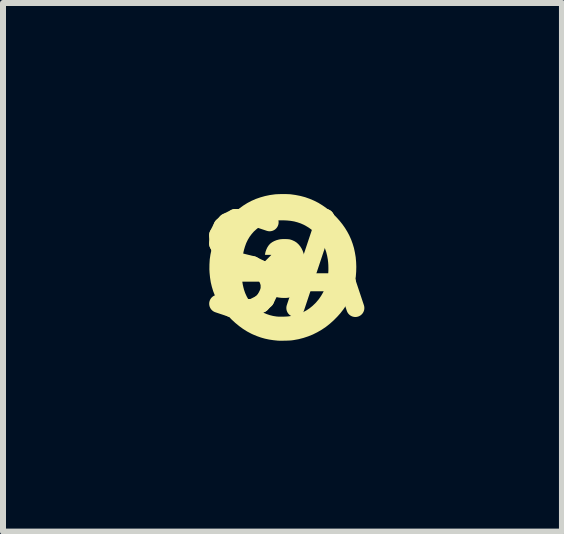
<source format=kicad_pcb>
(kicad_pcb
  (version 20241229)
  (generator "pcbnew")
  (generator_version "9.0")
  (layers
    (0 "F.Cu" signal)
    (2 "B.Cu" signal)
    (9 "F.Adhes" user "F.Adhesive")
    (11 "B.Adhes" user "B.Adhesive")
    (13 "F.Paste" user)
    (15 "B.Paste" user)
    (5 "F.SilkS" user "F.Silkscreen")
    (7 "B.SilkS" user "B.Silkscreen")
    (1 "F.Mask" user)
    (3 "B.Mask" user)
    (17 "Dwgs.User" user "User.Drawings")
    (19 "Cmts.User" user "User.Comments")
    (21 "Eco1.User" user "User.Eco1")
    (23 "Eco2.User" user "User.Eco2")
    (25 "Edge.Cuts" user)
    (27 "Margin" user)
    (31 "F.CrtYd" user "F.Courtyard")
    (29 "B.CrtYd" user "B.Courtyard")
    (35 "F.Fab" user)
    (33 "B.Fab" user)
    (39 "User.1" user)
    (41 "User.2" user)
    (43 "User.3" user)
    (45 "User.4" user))
  (footprint "SA"
    (layer "F.Cu")
    (at 1.657 1.404)
    (property "Reference" "SA" (at 0 0 0) (layer "F.SilkS") (effects (font (size 1.5 1.5) (thickness 0.3))))
    (attr board_only exclude_from_pos_files exclude_from_bom)
    (fp_poly (pts (xy 0.061 -1.22) (xy 0.089 -1.219) (xy 0.113 -1.218) (xy 0.132 -1.217) (xy 0.132 -1.217) (xy 0.217 -1.205) (xy 0.299 -1.189) (xy 0.378 -1.168) (xy 0.454 -1.141) (xy 0.527 -1.11) (xy 0.598 -1.074) (xy 0.666 -1.032) (xy 0.733 -0.985) (xy 0.797 -0.933) (xy 0.839 -0.894) (xy 0.898 -0.835) (xy 0.951 -0.776) (xy 0.999 -0.716) (xy 1.042 -0.655) (xy 1.08 -0.593) (xy 1.114 -0.529) (xy 1.144 -0.462) (xy 1.169 -0.393) (xy 1.191 -0.32) (xy 1.207 -0.245) (xy 1.22 -0.168) (xy 1.227 -0.088) (xy 1.23 -0.008) (xy 1.228 0.072) (xy 1.222 0.152) (xy 1.211 0.23) (xy 1.196 0.307) (xy 1.182 0.359) (xy 1.158 0.433) (xy 1.13 0.504) (xy 1.096 0.572) (xy 1.058 0.638) (xy 1.014 0.702) (xy 0.965 0.765) (xy 0.918 0.818) (xy 0.855 0.882) (xy 0.789 0.941) (xy 0.722 0.994) (xy 0.652 1.041) (xy 0.579 1.083) (xy 0.505 1.12) (xy 0.428 1.151) (xy 0.349 1.177) (xy 0.268 1.198) (xy 0.185 1.213) (xy 0.149 1.218) (xy 0.136 1.219) (xy 0.119 1.22) (xy 0.097 1.221) (xy 0.073 1.222) (xy 0.048 1.223) (xy 0.023 1.223) (xy -0.002 1.224) (xy -0.025 1.224) (xy -0.046 1.224) (xy -0.062 1.223) (xy -0.072 1.223) (xy -0.149 1.215) (xy -0.223 1.204) (xy -0.293 1.189) (xy -0.36 1.17) (xy -0.425 1.147) (xy -0.49 1.12) (xy -0.52 1.106) (xy -0.59 1.069) (xy -0.658 1.026) (xy -0.724 0.978) (xy -0.787 0.926) (xy -0.848 0.87) (xy -0.905 0.811) (xy -0.958 0.748) (xy -1.007 0.683) (xy -1.051 0.616) (xy -1.09 0.546) (xy -1.094 0.539) (xy -1.127 0.469) (xy -1.155 0.397) (xy -1.177 0.324) (xy -1.195 0.249) (xy -1.207 0.172) (xy -1.215 0.092) (xy -1.218 0.035) (xy -1.217 -0.05) (xy -1.212 -0.133) (xy -1.201 -0.208) (xy -0.775 -0.208) (xy -0.627 -0.06) (xy -0.479 0.088) (xy -0.332 -0.059) (xy -0.185 -0.207) (xy -0.239 -0.207) (xy -0.293 -0.208) (xy -0.291 -0.219) (xy -0.282 -0.259) (xy -0.269 -0.296) (xy -0.253 -0.33) (xy -0.234 -0.36) (xy -0.212 -0.386) (xy -0.197 -0.4) (xy -0.169 -0.42) (xy -0.137 -0.437) (xy -0.102 -0.451) (xy -0.063 -0.462) (xy -0.061 -0.462) (xy -0.048 -0.465) (xy -0.036 -0.467) (xy -0.025 -0.468) (xy -0.013 -0.469) (xy 0.001 -0.47) (xy 0.019 -0.47) (xy 0.037 -0.47) (xy 0.063 -0.47) (xy 0.086 -0.469) (xy 0.105 -0.467) (xy 0.121 -0.465) (xy 0.138 -0.46) (xy 0.154 -0.455) (xy 0.169 -0.449) (xy 0.205 -0.432) (xy 0.238 -0.41) (xy 0.267 -0.383) (xy 0.294 -0.351) (xy 0.317 -0.315) (xy 0.337 -0.274) (xy 0.353 -0.229) (xy 0.366 -0.18) (xy 0.372 -0.151) (xy 0.376 -0.119) (xy 0.38 -0.088) (xy 0.382 -0.057) (xy 0.383 -0.023) (xy 0.383 0.014) (xy 0.383 0.035) (xy 0.381 0.078) (xy 0.379 0.116) (xy 0.375 0.151) (xy 0.369 0.183) (xy 0.361 0.215) (xy 0.352 0.246) (xy 0.348 0.257) (xy 0.331 0.301) (xy 0.31 0.342) (xy 0.286 0.38) (xy 0.259 0.413) (xy 0.229 0.442) (xy 0.198 0.466) (xy 0.165 0.484) (xy 0.155 0.489) (xy 0.134 0.497) (xy 0.115 0.503) (xy 0.096 0.507) (xy 0.076 0.509) (xy 0.053 0.511) (xy 0.028 0.511) (xy -0.02 0.509) (xy -0.063 0.504) (xy -0.103 0.496) (xy -0.138 0.483) (xy -0.17 0.467) (xy -0.199 0.447) (xy -0.22 0.428) (xy -0.232 0.415) (xy -0.241 0.405) (xy -0.248 0.394) (xy -0.256 0.381) (xy -0.26 0.372) (xy -0.271 0.347) (xy -0.28 0.322) (xy -0.286 0.296) (xy -0.29 0.269) (xy -0.294 0.24) (xy -0.481 0.24) (xy -0.669 0.24) (xy -0.667 0.257) (xy -0.664 0.273) (xy -0.661 0.292) (xy -0.656 0.314) (xy -0.651 0.336) (xy -0.645 0.358) (xy -0.642 0.371) (xy -0.622 0.429) (xy -0.597 0.484) (xy -0.568 0.536) (xy -0.534 0.583) (xy -0.496 0.628) (xy -0.453 0.668) (xy -0.406 0.704) (xy -0.355 0.736) (xy -0.318 0.756) (xy -0.265 0.779) (xy -0.212 0.797) (xy -0.156 0.811) (xy -0.098 0.82) (xy -0.085 0.821) (xy -0.073 0.822) (xy -0.056 0.823) (xy -0.036 0.823) (xy -0.013 0.823) (xy 0.01 0.823) (xy 0.033 0.822) (xy 0.055 0.821) (xy 0.074 0.82) (xy 0.089 0.819) (xy 0.091 0.819) (xy 0.158 0.809) (xy 0.223 0.794) (xy 0.284 0.774) (xy 0.343 0.748) (xy 0.399 0.718) (xy 0.452 0.683) (xy 0.502 0.642) (xy 0.549 0.597) (xy 0.561 0.584) (xy 0.605 0.532) (xy 0.643 0.477) (xy 0.676 0.42) (xy 0.703 0.361) (xy 0.726 0.299) (xy 0.744 0.233) (xy 0.756 0.165) (xy 0.76 0.132) (xy 0.763 0.093) (xy 0.765 0.051) (xy 0.765 0.006) (xy 0.764 -0.039) (xy 0.761 -0.083) (xy 0.756 -0.124) (xy 0.756 -0.127) (xy 0.744 -0.193) (xy 0.728 -0.257) (xy 0.706 -0.319) (xy 0.68 -0.378) (xy 0.65 -0.434) (xy 0.615 -0.487) (xy 0.577 -0.536) (xy 0.535 -0.581) (xy 0.489 -0.623) (xy 0.439 -0.66) (xy 0.386 -0.692) (xy 0.356 -0.708) (xy 0.304 -0.731) (xy 0.251 -0.749) (xy 0.195 -0.764) (xy 0.137 -0.774) (xy 0.076 -0.78) (xy 0.011 -0.783) (xy 0.004 -0.783) (xy -0.026 -0.783) (xy -0.051 -0.782) (xy -0.073 -0.781) (xy -0.092 -0.779) (xy -0.1 -0.778) (xy -0.163 -0.767) (xy -0.223 -0.751) (xy -0.279 -0.731) (xy -0.332 -0.705) (xy -0.382 -0.675) (xy -0.429 -0.639) (xy -0.474 -0.599) (xy -0.475 -0.598) (xy -0.513 -0.555) (xy -0.548 -0.508) (xy -0.578 -0.458) (xy -0.604 -0.404) (xy -0.625 -0.346) (xy -0.64 -0.295) (xy -0.644 -0.279) (xy -0.648 -0.263) (xy -0.651 -0.248) (xy -0.653 -0.238) (xy -0.653 -0.237) (xy -0.655 -0.227) (xy -0.657 -0.218) (xy -0.658 -0.213) (xy -0.659 -0.211) (xy -0.661 -0.21) (xy -0.666 -0.209) (xy -0.673 -0.209) (xy -0.683 -0.208) (xy -0.699 -0.208) (xy -0.717 -0.208) (xy -0.775 -0.208) (xy -1.201 -0.208) (xy -1.2 -0.214) (xy -1.183 -0.293) (xy -1.161 -0.37) (xy -1.133 -0.446) (xy -1.099 -0.521) (xy -1.096 -0.526) (xy -1.061 -0.592) (xy -1.022 -0.655) (xy -0.979 -0.716) (xy -0.931 -0.776) (xy -0.878 -0.835) (xy -0.845 -0.869) (xy -0.783 -0.927) (xy -0.72 -0.98) (xy -0.654 -1.028) (xy -0.587 -1.07) (xy -0.517 -1.107) (xy -0.444 -1.139) (xy -0.369 -1.165) (xy -0.291 -1.187) (xy -0.21 -1.204) (xy -0.13 -1.215) (xy -0.111 -1.217) (xy -0.087 -1.218) (xy -0.06 -1.219) (xy -0.03 -1.22) (xy 0.001 -1.22) (xy 0.032 -1.22)) (stroke (width 0) (type solid)) (fill yes) (layer "F.SilkS")))
  (gr_rect
    (start -3 -3)
    (end 6.314 5.808)
    (stroke (width 0.1) (type default))
    (fill no)
    (layer "Edge.Cuts")))
</source>
